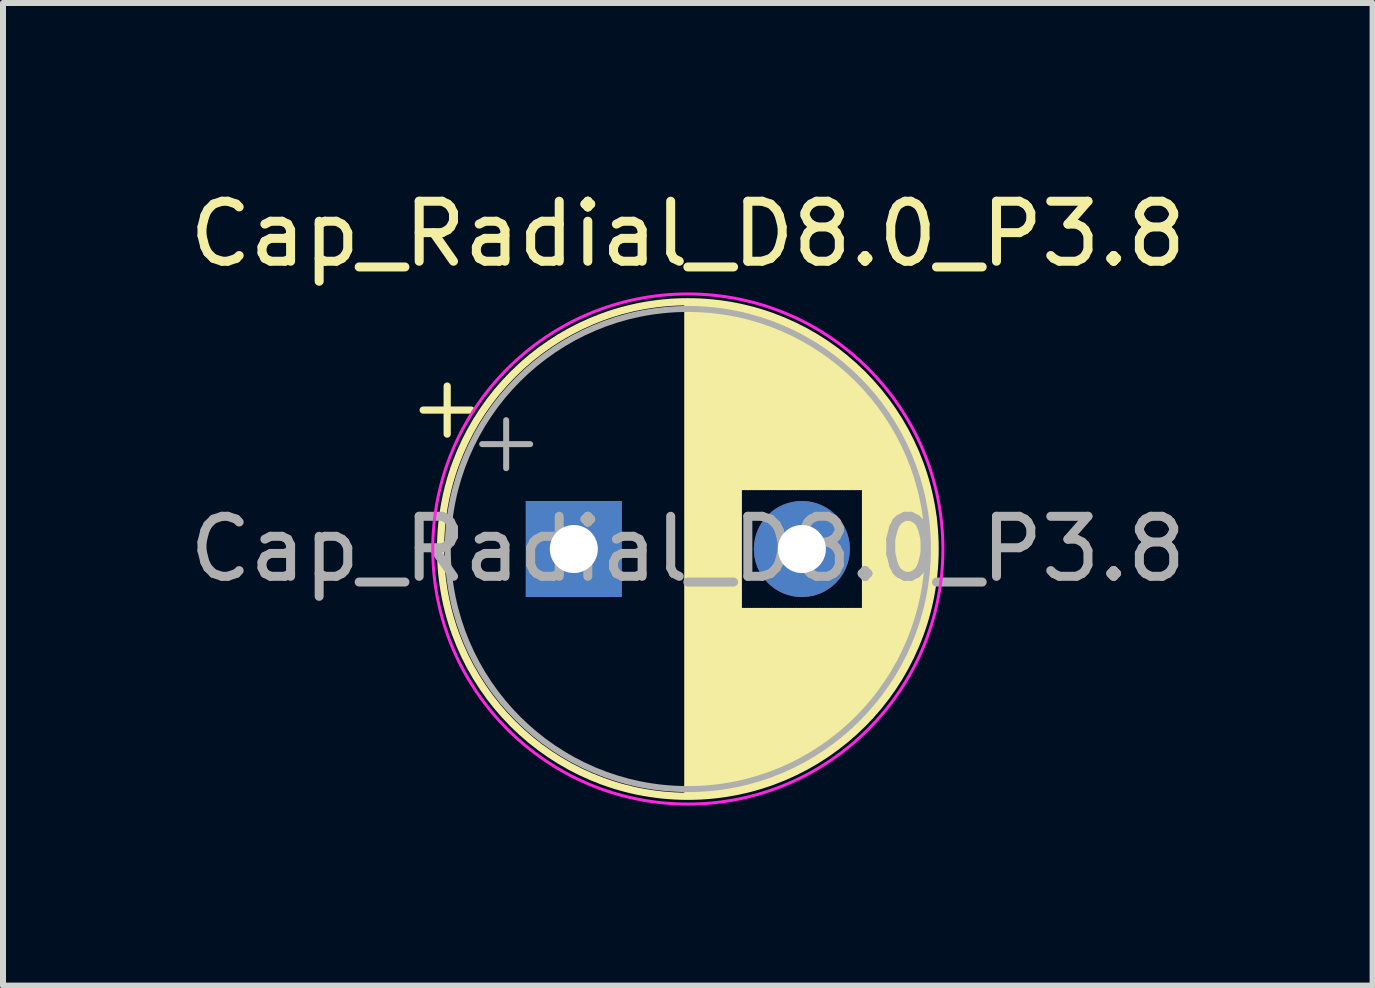
<source format=kicad_pcb>
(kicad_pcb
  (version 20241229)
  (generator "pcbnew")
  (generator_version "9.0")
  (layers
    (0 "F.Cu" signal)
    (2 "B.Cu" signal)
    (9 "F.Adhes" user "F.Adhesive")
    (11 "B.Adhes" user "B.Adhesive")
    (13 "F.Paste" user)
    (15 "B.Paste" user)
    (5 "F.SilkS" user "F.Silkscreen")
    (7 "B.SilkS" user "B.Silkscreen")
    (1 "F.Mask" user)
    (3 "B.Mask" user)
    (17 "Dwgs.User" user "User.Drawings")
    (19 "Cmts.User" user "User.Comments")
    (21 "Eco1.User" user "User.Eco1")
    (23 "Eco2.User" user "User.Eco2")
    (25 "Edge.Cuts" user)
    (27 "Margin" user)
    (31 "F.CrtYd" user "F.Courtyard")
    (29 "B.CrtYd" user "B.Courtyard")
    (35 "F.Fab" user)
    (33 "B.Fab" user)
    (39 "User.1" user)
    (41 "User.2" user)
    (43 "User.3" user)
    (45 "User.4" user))
  (footprint "Cap_Radial_D8.0_P3.8"
    (layer "F.Cu")
    (at 6.511 6.098)
    (property "Reference" "Cap_Radial_D8.0_P3.8" (at 1.9 -5.25 0) (layer "F.SilkS") (effects (font (size 1 1) (thickness 0.15))))
    (fp_line (start -2.51 -2.315) (end -1.71 -2.315) (stroke (width 0.12) (type solid)) (layer "F.SilkS"))
    (fp_line (start -2.11 -2.715) (end -2.11 -1.915) (stroke (width 0.12) (type solid)) (layer "F.SilkS"))
    (fp_line (start 1.9 -4.08) (end 1.9 4.08) (stroke (width 0.12) (type solid)) (layer "F.SilkS"))
    (fp_line (start 1.94 -4.08) (end 1.94 4.08) (stroke (width 0.12) (type solid)) (layer "F.SilkS"))
    (fp_line (start 1.98 -4.08) (end 1.98 4.08) (stroke (width 0.12) (type solid)) (layer "F.SilkS"))
    (fp_line (start 2.02 -4.079) (end 2.02 4.079) (stroke (width 0.12) (type solid)) (layer "F.SilkS"))
    (fp_line (start 2.06 -4.077) (end 2.06 4.077) (stroke (width 0.12) (type solid)) (layer "F.SilkS"))
    (fp_line (start 2.1 -4.076) (end 2.1 4.076) (stroke (width 0.12) (type solid)) (layer "F.SilkS"))
    (fp_line (start 2.14 -4.074) (end 2.14 4.074) (stroke (width 0.12) (type solid)) (layer "F.SilkS"))
    (fp_line (start 2.18 -4.071) (end 2.18 4.071) (stroke (width 0.12) (type solid)) (layer "F.SilkS"))
    (fp_line (start 2.22 -4.068) (end 2.22 4.068) (stroke (width 0.12) (type solid)) (layer "F.SilkS"))
    (fp_line (start 2.26 -4.065) (end 2.26 4.065) (stroke (width 0.12) (type solid)) (layer "F.SilkS"))
    (fp_line (start 2.3 -4.061) (end 2.3 4.061) (stroke (width 0.12) (type solid)) (layer "F.SilkS"))
    (fp_line (start 2.34 -4.057) (end 2.34 4.057) (stroke (width 0.12) (type solid)) (layer "F.SilkS"))
    (fp_line (start 2.38 -4.052) (end 2.38 4.052) (stroke (width 0.12) (type solid)) (layer "F.SilkS"))
    (fp_line (start 2.42 -4.048) (end 2.42 4.048) (stroke (width 0.12) (type solid)) (layer "F.SilkS"))
    (fp_line (start 2.46 -4.042) (end 2.46 4.042) (stroke (width 0.12) (type solid)) (layer "F.SilkS"))
    (fp_line (start 2.5 -4.037) (end 2.5 4.037) (stroke (width 0.12) (type solid)) (layer "F.SilkS"))
    (fp_line (start 2.54 -4.03) (end 2.54 4.03) (stroke (width 0.12) (type solid)) (layer "F.SilkS"))
    (fp_line (start 2.58 -4.024) (end 2.58 4.024) (stroke (width 0.12) (type solid)) (layer "F.SilkS"))
    (fp_line (start 2.621 -4.017) (end 2.621 4.017) (stroke (width 0.12) (type solid)) (layer "F.SilkS"))
    (fp_line (start 2.661 -4.01) (end 2.661 4.01) (stroke (width 0.12) (type solid)) (layer "F.SilkS"))
    (fp_line (start 2.701 -4.002) (end 2.701 4.002) (stroke (width 0.12) (type solid)) (layer "F.SilkS"))
    (fp_line (start 2.741 -3.994) (end 2.741 3.994) (stroke (width 0.12) (type solid)) (layer "F.SilkS"))
    (fp_line (start 2.781 -3.985) (end 2.781 -1.04) (stroke (width 0.12) (type solid)) (layer "F.SilkS"))
    (fp_line (start 2.781 1.04) (end 2.781 3.985) (stroke (width 0.12) (type solid)) (layer "F.SilkS"))
    (fp_line (start 2.821 -3.976) (end 2.821 -1.04) (stroke (width 0.12) (type solid)) (layer "F.SilkS"))
    (fp_line (start 2.821 1.04) (end 2.821 3.976) (stroke (width 0.12) (type solid)) (layer "F.SilkS"))
    (fp_line (start 2.861 -3.967) (end 2.861 -1.04) (stroke (width 0.12) (type solid)) (layer "F.SilkS"))
    (fp_line (start 2.861 1.04) (end 2.861 3.967) (stroke (width 0.12) (type solid)) (layer "F.SilkS"))
    (fp_line (start 2.901 -3.957) (end 2.901 -1.04) (stroke (width 0.12) (type solid)) (layer "F.SilkS"))
    (fp_line (start 2.901 1.04) (end 2.901 3.957) (stroke (width 0.12) (type solid)) (layer "F.SilkS"))
    (fp_line (start 2.941 -3.947) (end 2.941 -1.04) (stroke (width 0.12) (type solid)) (layer "F.SilkS"))
    (fp_line (start 2.941 1.04) (end 2.941 3.947) (stroke (width 0.12) (type solid)) (layer "F.SilkS"))
    (fp_line (start 2.981 -3.936) (end 2.981 -1.04) (stroke (width 0.12) (type solid)) (layer "F.SilkS"))
    (fp_line (start 2.981 1.04) (end 2.981 3.936) (stroke (width 0.12) (type solid)) (layer "F.SilkS"))
    (fp_line (start 3.021 -3.925) (end 3.021 -1.04) (stroke (width 0.12) (type solid)) (layer "F.SilkS"))
    (fp_line (start 3.021 1.04) (end 3.021 3.925) (stroke (width 0.12) (type solid)) (layer "F.SilkS"))
    (fp_line (start 3.061 -3.914) (end 3.061 -1.04) (stroke (width 0.12) (type solid)) (layer "F.SilkS"))
    (fp_line (start 3.061 1.04) (end 3.061 3.914) (stroke (width 0.12) (type solid)) (layer "F.SilkS"))
    (fp_line (start 3.101 -3.902) (end 3.101 -1.04) (stroke (width 0.12) (type solid)) (layer "F.SilkS"))
    (fp_line (start 3.101 1.04) (end 3.101 3.902) (stroke (width 0.12) (type solid)) (layer "F.SilkS"))
    (fp_line (start 3.141 -3.889) (end 3.141 -1.04) (stroke (width 0.12) (type solid)) (layer "F.SilkS"))
    (fp_line (start 3.141 1.04) (end 3.141 3.889) (stroke (width 0.12) (type solid)) (layer "F.SilkS"))
    (fp_line (start 3.181 -3.877) (end 3.181 -1.04) (stroke (width 0.12) (type solid)) (layer "F.SilkS"))
    (fp_line (start 3.181 1.04) (end 3.181 3.877) (stroke (width 0.12) (type solid)) (layer "F.SilkS"))
    (fp_line (start 3.221 -3.863) (end 3.221 -1.04) (stroke (width 0.12) (type solid)) (layer "F.SilkS"))
    (fp_line (start 3.221 1.04) (end 3.221 3.863) (stroke (width 0.12) (type solid)) (layer "F.SilkS"))
    (fp_line (start 3.261 -3.85) (end 3.261 -1.04) (stroke (width 0.12) (type solid)) (layer "F.SilkS"))
    (fp_line (start 3.261 1.04) (end 3.261 3.85) (stroke (width 0.12) (type solid)) (layer "F.SilkS"))
    (fp_line (start 3.301 -3.835) (end 3.301 -1.04) (stroke (width 0.12) (type solid)) (layer "F.SilkS"))
    (fp_line (start 3.301 1.04) (end 3.301 3.835) (stroke (width 0.12) (type solid)) (layer "F.SilkS"))
    (fp_line (start 3.341 -3.821) (end 3.341 -1.04) (stroke (width 0.12) (type solid)) (layer "F.SilkS"))
    (fp_line (start 3.341 1.04) (end 3.341 3.821) (stroke (width 0.12) (type solid)) (layer "F.SilkS"))
    (fp_line (start 3.381 -3.805) (end 3.381 -1.04) (stroke (width 0.12) (type solid)) (layer "F.SilkS"))
    (fp_line (start 3.381 1.04) (end 3.381 3.805) (stroke (width 0.12) (type solid)) (layer "F.SilkS"))
    (fp_line (start 3.421 -3.79) (end 3.421 -1.04) (stroke (width 0.12) (type solid)) (layer "F.SilkS"))
    (fp_line (start 3.421 1.04) (end 3.421 3.79) (stroke (width 0.12) (type solid)) (layer "F.SilkS"))
    (fp_line (start 3.461 -3.774) (end 3.461 -1.04) (stroke (width 0.12) (type solid)) (layer "F.SilkS"))
    (fp_line (start 3.461 1.04) (end 3.461 3.774) (stroke (width 0.12) (type solid)) (layer "F.SilkS"))
    (fp_line (start 3.501 -3.757) (end 3.501 -1.04) (stroke (width 0.12) (type solid)) (layer "F.SilkS"))
    (fp_line (start 3.501 1.04) (end 3.501 3.757) (stroke (width 0.12) (type solid)) (layer "F.SilkS"))
    (fp_line (start 3.541 -3.74) (end 3.541 -1.04) (stroke (width 0.12) (type solid)) (layer "F.SilkS"))
    (fp_line (start 3.541 1.04) (end 3.541 3.74) (stroke (width 0.12) (type solid)) (layer "F.SilkS"))
    (fp_line (start 3.581 -3.722) (end 3.581 -1.04) (stroke (width 0.12) (type solid)) (layer "F.SilkS"))
    (fp_line (start 3.581 1.04) (end 3.581 3.722) (stroke (width 0.12) (type solid)) (layer "F.SilkS"))
    (fp_line (start 3.621 -3.704) (end 3.621 -1.04) (stroke (width 0.12) (type solid)) (layer "F.SilkS"))
    (fp_line (start 3.621 1.04) (end 3.621 3.704) (stroke (width 0.12) (type solid)) (layer "F.SilkS"))
    (fp_line (start 3.661 -3.686) (end 3.661 -1.04) (stroke (width 0.12) (type solid)) (layer "F.SilkS"))
    (fp_line (start 3.661 1.04) (end 3.661 3.686) (stroke (width 0.12) (type solid)) (layer "F.SilkS"))
    (fp_line (start 3.701 -3.666) (end 3.701 -1.04) (stroke (width 0.12) (type solid)) (layer "F.SilkS"))
    (fp_line (start 3.701 1.04) (end 3.701 3.666) (stroke (width 0.12) (type solid)) (layer "F.SilkS"))
    (fp_line (start 3.741 -3.647) (end 3.741 -1.04) (stroke (width 0.12) (type solid)) (layer "F.SilkS"))
    (fp_line (start 3.741 1.04) (end 3.741 3.647) (stroke (width 0.12) (type solid)) (layer "F.SilkS"))
    (fp_line (start 3.781 -3.627) (end 3.781 -1.04) (stroke (width 0.12) (type solid)) (layer "F.SilkS"))
    (fp_line (start 3.781 1.04) (end 3.781 3.627) (stroke (width 0.12) (type solid)) (layer "F.SilkS"))
    (fp_line (start 3.821 -3.606) (end 3.821 -1.04) (stroke (width 0.12) (type solid)) (layer "F.SilkS"))
    (fp_line (start 3.821 1.04) (end 3.821 3.606) (stroke (width 0.12) (type solid)) (layer "F.SilkS"))
    (fp_line (start 3.861 -3.584) (end 3.861 -1.04) (stroke (width 0.12) (type solid)) (layer "F.SilkS"))
    (fp_line (start 3.861 1.04) (end 3.861 3.584) (stroke (width 0.12) (type solid)) (layer "F.SilkS"))
    (fp_line (start 3.901 -3.562) (end 3.901 -1.04) (stroke (width 0.12) (type solid)) (layer "F.SilkS"))
    (fp_line (start 3.901 1.04) (end 3.901 3.562) (stroke (width 0.12) (type solid)) (layer "F.SilkS"))
    (fp_line (start 3.941 -3.54) (end 3.941 -1.04) (stroke (width 0.12) (type solid)) (layer "F.SilkS"))
    (fp_line (start 3.941 1.04) (end 3.941 3.54) (stroke (width 0.12) (type solid)) (layer "F.SilkS"))
    (fp_line (start 3.981 -3.517) (end 3.981 -1.04) (stroke (width 0.12) (type solid)) (layer "F.SilkS"))
    (fp_line (start 3.981 1.04) (end 3.981 3.517) (stroke (width 0.12) (type solid)) (layer "F.SilkS"))
    (fp_line (start 4.021 -3.493) (end 4.021 -1.04) (stroke (width 0.12) (type solid)) (layer "F.SilkS"))
    (fp_line (start 4.021 1.04) (end 4.021 3.493) (stroke (width 0.12) (type solid)) (layer "F.SilkS"))
    (fp_line (start 4.061 -3.469) (end 4.061 -1.04) (stroke (width 0.12) (type solid)) (layer "F.SilkS"))
    (fp_line (start 4.061 1.04) (end 4.061 3.469) (stroke (width 0.12) (type solid)) (layer "F.SilkS"))
    (fp_line (start 4.101 -3.444) (end 4.101 -1.04) (stroke (width 0.12) (type solid)) (layer "F.SilkS"))
    (fp_line (start 4.101 1.04) (end 4.101 3.444) (stroke (width 0.12) (type solid)) (layer "F.SilkS"))
    (fp_line (start 4.141 -3.418) (end 4.141 -1.04) (stroke (width 0.12) (type solid)) (layer "F.SilkS"))
    (fp_line (start 4.141 1.04) (end 4.141 3.418) (stroke (width 0.12) (type solid)) (layer "F.SilkS"))
    (fp_line (start 4.181 -3.392) (end 4.181 -1.04) (stroke (width 0.12) (type solid)) (layer "F.SilkS"))
    (fp_line (start 4.181 1.04) (end 4.181 3.392) (stroke (width 0.12) (type solid)) (layer "F.SilkS"))
    (fp_line (start 4.221 -3.365) (end 4.221 -1.04) (stroke (width 0.12) (type solid)) (layer "F.SilkS"))
    (fp_line (start 4.221 1.04) (end 4.221 3.365) (stroke (width 0.12) (type solid)) (layer "F.SilkS"))
    (fp_line (start 4.261 -3.338) (end 4.261 -1.04) (stroke (width 0.12) (type solid)) (layer "F.SilkS"))
    (fp_line (start 4.261 1.04) (end 4.261 3.338) (stroke (width 0.12) (type solid)) (layer "F.SilkS"))
    (fp_line (start 4.301 -3.309) (end 4.301 -1.04) (stroke (width 0.12) (type solid)) (layer "F.SilkS"))
    (fp_line (start 4.301 1.04) (end 4.301 3.309) (stroke (width 0.12) (type solid)) (layer "F.SilkS"))
    (fp_line (start 4.341 -3.28) (end 4.341 -1.04) (stroke (width 0.12) (type solid)) (layer "F.SilkS"))
    (fp_line (start 4.341 1.04) (end 4.341 3.28) (stroke (width 0.12) (type solid)) (layer "F.SilkS"))
    (fp_line (start 4.381 -3.25) (end 4.381 -1.04) (stroke (width 0.12) (type solid)) (layer "F.SilkS"))
    (fp_line (start 4.381 1.04) (end 4.381 3.25) (stroke (width 0.12) (type solid)) (layer "F.SilkS"))
    (fp_line (start 4.421 -3.22) (end 4.421 -1.04) (stroke (width 0.12) (type solid)) (layer "F.SilkS"))
    (fp_line (start 4.421 1.04) (end 4.421 3.22) (stroke (width 0.12) (type solid)) (layer "F.SilkS"))
    (fp_line (start 4.461 -3.189) (end 4.461 -1.04) (stroke (width 0.12) (type solid)) (layer "F.SilkS"))
    (fp_line (start 4.461 1.04) (end 4.461 3.189) (stroke (width 0.12) (type solid)) (layer "F.SilkS"))
    (fp_line (start 4.501 -3.156) (end 4.501 -1.04) (stroke (width 0.12) (type solid)) (layer "F.SilkS"))
    (fp_line (start 4.501 1.04) (end 4.501 3.156) (stroke (width 0.12) (type solid)) (layer "F.SilkS"))
    (fp_line (start 4.541 -3.124) (end 4.541 -1.04) (stroke (width 0.12) (type solid)) (layer "F.SilkS"))
    (fp_line (start 4.541 1.04) (end 4.541 3.124) (stroke (width 0.12) (type solid)) (layer "F.SilkS"))
    (fp_line (start 4.581 -3.09) (end 4.581 -1.04) (stroke (width 0.12) (type solid)) (layer "F.SilkS"))
    (fp_line (start 4.581 1.04) (end 4.581 3.09) (stroke (width 0.12) (type solid)) (layer "F.SilkS"))
    (fp_line (start 4.621 -3.055) (end 4.621 -1.04) (stroke (width 0.12) (type solid)) (layer "F.SilkS"))
    (fp_line (start 4.621 1.04) (end 4.621 3.055) (stroke (width 0.12) (type solid)) (layer "F.SilkS"))
    (fp_line (start 4.661 -3.019) (end 4.661 -1.04) (stroke (width 0.12) (type solid)) (layer "F.SilkS"))
    (fp_line (start 4.661 1.04) (end 4.661 3.019) (stroke (width 0.12) (type solid)) (layer "F.SilkS"))
    (fp_line (start 4.701 -2.983) (end 4.701 -1.04) (stroke (width 0.12) (type solid)) (layer "F.SilkS"))
    (fp_line (start 4.701 1.04) (end 4.701 2.983) (stroke (width 0.12) (type solid)) (layer "F.SilkS"))
    (fp_line (start 4.741 -2.945) (end 4.741 -1.04) (stroke (width 0.12) (type solid)) (layer "F.SilkS"))
    (fp_line (start 4.741 1.04) (end 4.741 2.945) (stroke (width 0.12) (type solid)) (layer "F.SilkS"))
    (fp_line (start 4.781 -2.907) (end 4.781 -1.04) (stroke (width 0.12) (type solid)) (layer "F.SilkS"))
    (fp_line (start 4.781 1.04) (end 4.781 2.907) (stroke (width 0.12) (type solid)) (layer "F.SilkS"))
    (fp_line (start 4.821 -2.867) (end 4.821 -1.04) (stroke (width 0.12) (type solid)) (layer "F.SilkS"))
    (fp_line (start 4.821 1.04) (end 4.821 2.867) (stroke (width 0.12) (type solid)) (layer "F.SilkS"))
    (fp_line (start 4.861 -2.826) (end 4.861 2.826) (stroke (width 0.12) (type solid)) (layer "F.SilkS"))
    (fp_line (start 4.901 -2.784) (end 4.901 2.784) (stroke (width 0.12) (type solid)) (layer "F.SilkS"))
    (fp_line (start 4.941 -2.741) (end 4.941 2.741) (stroke (width 0.12) (type solid)) (layer "F.SilkS"))
    (fp_line (start 4.981 -2.697) (end 4.981 2.697) (stroke (width 0.12) (type solid)) (layer "F.SilkS"))
    (fp_line (start 5.021 -2.651) (end 5.021 2.651) (stroke (width 0.12) (type solid)) (layer "F.SilkS"))
    (fp_line (start 5.061 -2.604) (end 5.061 2.604) (stroke (width 0.12) (type solid)) (layer "F.SilkS"))
    (fp_line (start 5.101 -2.556) (end 5.101 2.556) (stroke (width 0.12) (type solid)) (layer "F.SilkS"))
    (fp_line (start 5.141 -2.505) (end 5.141 2.505) (stroke (width 0.12) (type solid)) (layer "F.SilkS"))
    (fp_line (start 5.181 -2.454) (end 5.181 2.454) (stroke (width 0.12) (type solid)) (layer "F.SilkS"))
    (fp_line (start 5.221 -2.4) (end 5.221 2.4) (stroke (width 0.12) (type solid)) (layer "F.SilkS"))
    (fp_line (start 5.261 -2.345) (end 5.261 2.345) (stroke (width 0.12) (type solid)) (layer "F.SilkS"))
    (fp_line (start 5.301 -2.287) (end 5.301 2.287) (stroke (width 0.12) (type solid)) (layer "F.SilkS"))
    (fp_line (start 5.341 -2.228) (end 5.341 2.228) (stroke (width 0.12) (type solid)) (layer "F.SilkS"))
    (fp_line (start 5.381 -2.166) (end 5.381 2.166) (stroke (width 0.12) (type solid)) (layer "F.SilkS"))
    (fp_line (start 5.421 -2.102) (end 5.421 2.102) (stroke (width 0.12) (type solid)) (layer "F.SilkS"))
    (fp_line (start 5.461 -2.034) (end 5.461 2.034) (stroke (width 0.12) (type solid)) (layer "F.SilkS"))
    (fp_line (start 5.501 -1.964) (end 5.501 1.964) (stroke (width 0.12) (type solid)) (layer "F.SilkS"))
    (fp_line (start 5.541 -1.89) (end 5.541 1.89) (stroke (width 0.12) (type solid)) (layer "F.SilkS"))
    (fp_line (start 5.581 -1.813) (end 5.581 1.813) (stroke (width 0.12) (type solid)) (layer "F.SilkS"))
    (fp_line (start 5.621 -1.731) (end 5.621 1.731) (stroke (width 0.12) (type solid)) (layer "F.SilkS"))
    (fp_line (start 5.661 -1.645) (end 5.661 1.645) (stroke (width 0.12) (type solid)) (layer "F.SilkS"))
    (fp_line (start 5.701 -1.552) (end 5.701 1.552) (stroke (width 0.12) (type solid)) (layer "F.SilkS"))
    (fp_line (start 5.741 -1.453) (end 5.741 1.453) (stroke (width 0.12) (type solid)) (layer "F.SilkS"))
    (fp_line (start 5.781 -1.346) (end 5.781 1.346) (stroke (width 0.12) (type solid)) (layer "F.SilkS"))
    (fp_line (start 5.821 -1.229) (end 5.821 1.229) (stroke (width 0.12) (type solid)) (layer "F.SilkS"))
    (fp_line (start 5.861 -1.098) (end 5.861 1.098) (stroke (width 0.12) (type solid)) (layer "F.SilkS"))
    (fp_line (start 5.901 -0.948) (end 5.901 0.948) (stroke (width 0.12) (type solid)) (layer "F.SilkS"))
    (fp_line (start 5.941 -0.768) (end 5.941 0.768) (stroke (width 0.12) (type solid)) (layer "F.SilkS"))
    (fp_line (start 5.981 -0.533) (end 5.981 0.533) (stroke (width 0.12) (type solid)) (layer "F.SilkS"))
    (fp_circle (center 1.9 0) (end 6.02 0) (stroke (width 0.12) (type solid)) (fill no) (layer "F.SilkS"))
    (fp_circle (center 1.9 0) (end 6.15 0) (stroke (width 0.05) (type solid)) (fill no) (layer "F.CrtYd"))
    (fp_line (start -1.527 -1.748) (end -0.727 -1.748) (stroke (width 0.1) (type solid)) (layer "F.Fab"))
    (fp_line (start -1.127 -2.147) (end -1.127 -1.347) (stroke (width 0.1) (type solid)) (layer "F.Fab"))
    (fp_circle (center 1.9 0) (end 5.9 0) (stroke (width 0.1) (type solid)) (fill no) (layer "F.Fab"))
    (fp_text user "${REFERENCE}" (at 1.9 0 0) (layer "F.Fab") (effects (font (size 1 1) (thickness 0.15))))
    (pad "1" thru_hole rect (at 0 0) (size 1.6 1.6) (drill 0.8) (layers "*.Cu" "*.Mask"))
    (pad "2" thru_hole circle (at 3.8 0) (size 1.6 1.6) (drill 0.8) (layers "*.Cu" "*.Mask")))
  (gr_rect
    (start -3 -3)
    (end 19.821 13.373)
    (stroke (width 0.1) (type default))
    (fill no)
    (layer "Edge.Cuts")))
</source>
